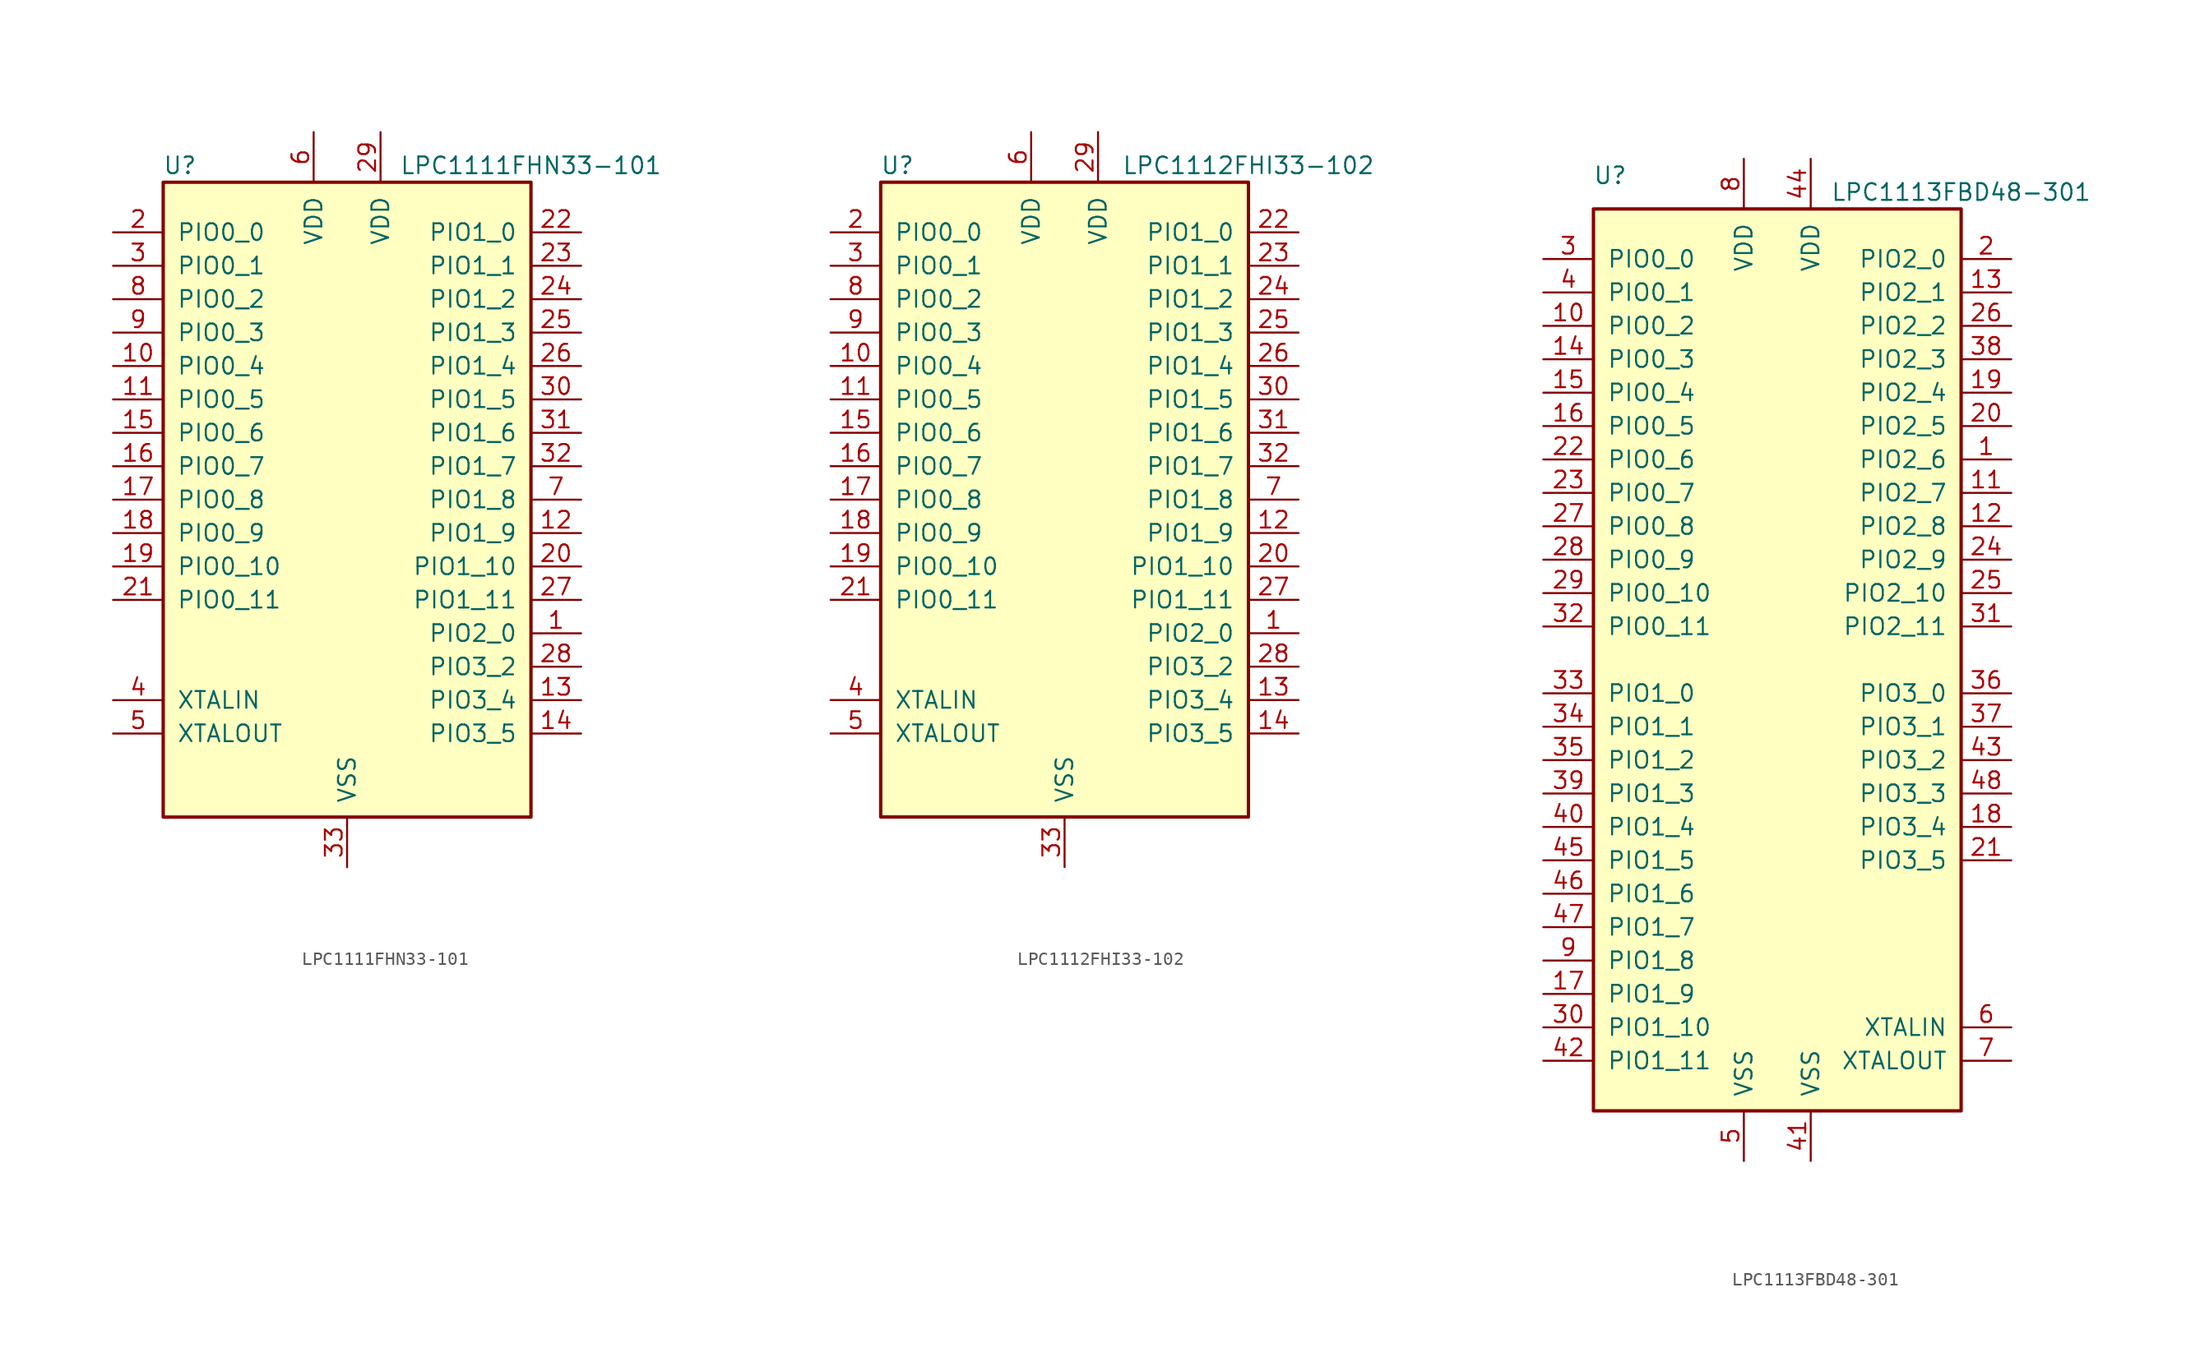
<source format=kicad_sym>
(kicad_symbol_lib
  (version 20211014)
  (generator kicad_symbol_editor)
  (symbol "LPC1111FHN33-101"
    (pin_names
      (offset 1.016))
    (property "Reference" "U"
      (at -12.7 25.4 0)
      (effects (font (size 1.27 1.27))))
    (property "Value" "LPC1111FHN33-101"
      (at 13.97 25.4 0)
      (effects (font (size 1.27 1.27))))
    (symbol "LPC1111FHN33-101_0_1"
      (rectangle (start -13.97 24.13) (end 13.97 -24.13) (stroke (width 0.254) (type default) (color 0 0 0 0)) (fill (type background))))
    (symbol "LPC1111FHN33-101_1_1"
      (pin bidirectional line (at 17.78 -10.16 180) (length 3.81) (name "PIO2_0" (effects (font (size 1.27 1.27)))) (number "1" (effects (font (size 1.27 1.27)))))
      (pin bidirectional line (at -17.78 10.16 0) (length 3.81) (name "PIO0_4" (effects (font (size 1.27 1.27)))) (number "10" (effects (font (size 1.27 1.27)))))
      (pin bidirectional line (at -17.78 7.62 0) (length 3.81) (name "PIO0_5" (effects (font (size 1.27 1.27)))) (number "11" (effects (font (size 1.27 1.27)))))
      (pin bidirectional line (at 17.78 -2.54 180) (length 3.81) (name "PIO1_9" (effects (font (size 1.27 1.27)))) (number "12" (effects (font (size 1.27 1.27)))))
      (pin bidirectional line (at 17.78 -15.24 180) (length 3.81) (name "PIO3_4" (effects (font (size 1.27 1.27)))) (number "13" (effects (font (size 1.27 1.27)))))
      (pin bidirectional line (at 17.78 -17.78 180) (length 3.81) (name "PIO3_5" (effects (font (size 1.27 1.27)))) (number "14" (effects (font (size 1.27 1.27)))))
      (pin bidirectional line (at -17.78 5.08 0) (length 3.81) (name "PIO0_6" (effects (font (size 1.27 1.27)))) (number "15" (effects (font (size 1.27 1.27)))))
      (pin bidirectional line (at -17.78 2.54 0) (length 3.81) (name "PIO0_7" (effects (font (size 1.27 1.27)))) (number "16" (effects (font (size 1.27 1.27)))))
      (pin bidirectional line (at -17.78 0 0) (length 3.81) (name "PIO0_8" (effects (font (size 1.27 1.27)))) (number "17" (effects (font (size 1.27 1.27)))))
      (pin bidirectional line (at -17.78 -2.54 0) (length 3.81) (name "PIO0_9" (effects (font (size 1.27 1.27)))) (number "18" (effects (font (size 1.27 1.27)))))
      (pin bidirectional line (at -17.78 -5.08 0) (length 3.81) (name "PIO0_10" (effects (font (size 1.27 1.27)))) (number "19" (effects (font (size 1.27 1.27)))))
      (pin bidirectional line (at -17.78 20.32 0) (length 3.81) (name "PIO0_0" (effects (font (size 1.27 1.27)))) (number "2" (effects (font (size 1.27 1.27)))))
      (pin bidirectional line (at 17.78 -5.08 180) (length 3.81) (name "PIO1_10" (effects (font (size 1.27 1.27)))) (number "20" (effects (font (size 1.27 1.27)))))
      (pin bidirectional line (at -17.78 -7.62 0) (length 3.81) (name "PIO0_11" (effects (font (size 1.27 1.27)))) (number "21" (effects (font (size 1.27 1.27)))))
      (pin bidirectional line (at 17.78 20.32 180) (length 3.81) (name "PIO1_0" (effects (font (size 1.27 1.27)))) (number "22" (effects (font (size 1.27 1.27)))))
      (pin bidirectional line (at 17.78 17.78 180) (length 3.81) (name "PIO1_1" (effects (font (size 1.27 1.27)))) (number "23" (effects (font (size 1.27 1.27)))))
      (pin bidirectional line (at 17.78 15.24 180) (length 3.81) (name "PIO1_2" (effects (font (size 1.27 1.27)))) (number "24" (effects (font (size 1.27 1.27)))))
      (pin bidirectional line (at 17.78 12.7 180) (length 3.81) (name "PIO1_3" (effects (font (size 1.27 1.27)))) (number "25" (effects (font (size 1.27 1.27)))))
      (pin bidirectional line (at 17.78 10.16 180) (length 3.81) (name "PIO1_4" (effects (font (size 1.27 1.27)))) (number "26" (effects (font (size 1.27 1.27)))))
      (pin bidirectional line (at 17.78 -7.62 180) (length 3.81) (name "PIO1_11" (effects (font (size 1.27 1.27)))) (number "27" (effects (font (size 1.27 1.27)))))
      (pin bidirectional line (at 17.78 -12.7 180) (length 3.81) (name "PIO3_2" (effects (font (size 1.27 1.27)))) (number "28" (effects (font (size 1.27 1.27)))))
      (pin power_in line (at 2.54 27.94 270) (length 3.81) (name "VDD" (effects (font (size 1.27 1.27)))) (number "29" (effects (font (size 1.27 1.27)))))
      (pin bidirectional line (at -17.78 17.78 0) (length 3.81) (name "PIO0_1" (effects (font (size 1.27 1.27)))) (number "3" (effects (font (size 1.27 1.27)))))
      (pin bidirectional line (at 17.78 7.62 180) (length 3.81) (name "PIO1_5" (effects (font (size 1.27 1.27)))) (number "30" (effects (font (size 1.27 1.27)))))
      (pin bidirectional line (at 17.78 5.08 180) (length 3.81) (name "PIO1_6" (effects (font (size 1.27 1.27)))) (number "31" (effects (font (size 1.27 1.27)))))
      (pin bidirectional line (at 17.78 2.54 180) (length 3.81) (name "PIO1_7" (effects (font (size 1.27 1.27)))) (number "32" (effects (font (size 1.27 1.27)))))
      (pin power_in line (at 0 -27.94 90) (length 3.81) (name "VSS" (effects (font (size 1.27 1.27)))) (number "33" (effects (font (size 1.27 1.27)))))
      (pin input line (at -17.78 -15.24 0) (length 3.81) (name "XTALIN" (effects (font (size 1.27 1.27)))) (number "4" (effects (font (size 1.27 1.27)))))
      (pin output line (at -17.78 -17.78 0) (length 3.81) (name "XTALOUT" (effects (font (size 1.27 1.27)))) (number "5" (effects (font (size 1.27 1.27)))))
      (pin power_in line (at -2.54 27.94 270) (length 3.81) (name "VDD" (effects (font (size 1.27 1.27)))) (number "6" (effects (font (size 1.27 1.27)))))
      (pin bidirectional line (at 17.78 0 180) (length 3.81) (name "PIO1_8" (effects (font (size 1.27 1.27)))) (number "7" (effects (font (size 1.27 1.27)))))
      (pin bidirectional line (at -17.78 15.24 0) (length 3.81) (name "PIO0_2" (effects (font (size 1.27 1.27)))) (number "8" (effects (font (size 1.27 1.27)))))
      (pin bidirectional line (at -17.78 12.7 0) (length 3.81) (name "PIO0_3" (effects (font (size 1.27 1.27)))) (number "9" (effects (font (size 1.27 1.27)))))))
  (symbol "LPC1112FHI33-102"
    (pin_names
      (offset 1.016))
    (property "Reference" "U"
      (at -12.7 25.4 0)
      (effects (font (size 1.27 1.27))))
    (property "Value" "LPC1112FHI33-102"
      (at 13.97 25.4 0)
      (effects (font (size 1.27 1.27))))
    (symbol "LPC1112FHI33-102_0_1"
      (rectangle (start -13.97 24.13) (end 13.97 -24.13) (stroke (width 0.254) (type default) (color 0 0 0 0)) (fill (type background))))
    (symbol "LPC1112FHI33-102_1_1"
      (pin bidirectional line (at 17.78 -10.16 180) (length 3.81) (name "PIO2_0" (effects (font (size 1.27 1.27)))) (number "1" (effects (font (size 1.27 1.27)))))
      (pin bidirectional line (at -17.78 10.16 0) (length 3.81) (name "PIO0_4" (effects (font (size 1.27 1.27)))) (number "10" (effects (font (size 1.27 1.27)))))
      (pin bidirectional line (at -17.78 7.62 0) (length 3.81) (name "PIO0_5" (effects (font (size 1.27 1.27)))) (number "11" (effects (font (size 1.27 1.27)))))
      (pin bidirectional line (at 17.78 -2.54 180) (length 3.81) (name "PIO1_9" (effects (font (size 1.27 1.27)))) (number "12" (effects (font (size 1.27 1.27)))))
      (pin bidirectional line (at 17.78 -15.24 180) (length 3.81) (name "PIO3_4" (effects (font (size 1.27 1.27)))) (number "13" (effects (font (size 1.27 1.27)))))
      (pin bidirectional line (at 17.78 -17.78 180) (length 3.81) (name "PIO3_5" (effects (font (size 1.27 1.27)))) (number "14" (effects (font (size 1.27 1.27)))))
      (pin bidirectional line (at -17.78 5.08 0) (length 3.81) (name "PIO0_6" (effects (font (size 1.27 1.27)))) (number "15" (effects (font (size 1.27 1.27)))))
      (pin bidirectional line (at -17.78 2.54 0) (length 3.81) (name "PIO0_7" (effects (font (size 1.27 1.27)))) (number "16" (effects (font (size 1.27 1.27)))))
      (pin bidirectional line (at -17.78 0 0) (length 3.81) (name "PIO0_8" (effects (font (size 1.27 1.27)))) (number "17" (effects (font (size 1.27 1.27)))))
      (pin bidirectional line (at -17.78 -2.54 0) (length 3.81) (name "PIO0_9" (effects (font (size 1.27 1.27)))) (number "18" (effects (font (size 1.27 1.27)))))
      (pin bidirectional line (at -17.78 -5.08 0) (length 3.81) (name "PIO0_10" (effects (font (size 1.27 1.27)))) (number "19" (effects (font (size 1.27 1.27)))))
      (pin bidirectional line (at -17.78 20.32 0) (length 3.81) (name "PIO0_0" (effects (font (size 1.27 1.27)))) (number "2" (effects (font (size 1.27 1.27)))))
      (pin bidirectional line (at 17.78 -5.08 180) (length 3.81) (name "PIO1_10" (effects (font (size 1.27 1.27)))) (number "20" (effects (font (size 1.27 1.27)))))
      (pin bidirectional line (at -17.78 -7.62 0) (length 3.81) (name "PIO0_11" (effects (font (size 1.27 1.27)))) (number "21" (effects (font (size 1.27 1.27)))))
      (pin bidirectional line (at 17.78 20.32 180) (length 3.81) (name "PIO1_0" (effects (font (size 1.27 1.27)))) (number "22" (effects (font (size 1.27 1.27)))))
      (pin bidirectional line (at 17.78 17.78 180) (length 3.81) (name "PIO1_1" (effects (font (size 1.27 1.27)))) (number "23" (effects (font (size 1.27 1.27)))))
      (pin bidirectional line (at 17.78 15.24 180) (length 3.81) (name "PIO1_2" (effects (font (size 1.27 1.27)))) (number "24" (effects (font (size 1.27 1.27)))))
      (pin bidirectional line (at 17.78 12.7 180) (length 3.81) (name "PIO1_3" (effects (font (size 1.27 1.27)))) (number "25" (effects (font (size 1.27 1.27)))))
      (pin bidirectional line (at 17.78 10.16 180) (length 3.81) (name "PIO1_4" (effects (font (size 1.27 1.27)))) (number "26" (effects (font (size 1.27 1.27)))))
      (pin bidirectional line (at 17.78 -7.62 180) (length 3.81) (name "PIO1_11" (effects (font (size 1.27 1.27)))) (number "27" (effects (font (size 1.27 1.27)))))
      (pin bidirectional line (at 17.78 -12.7 180) (length 3.81) (name "PIO3_2" (effects (font (size 1.27 1.27)))) (number "28" (effects (font (size 1.27 1.27)))))
      (pin power_in line (at 2.54 27.94 270) (length 3.81) (name "VDD" (effects (font (size 1.27 1.27)))) (number "29" (effects (font (size 1.27 1.27)))))
      (pin bidirectional line (at -17.78 17.78 0) (length 3.81) (name "PIO0_1" (effects (font (size 1.27 1.27)))) (number "3" (effects (font (size 1.27 1.27)))))
      (pin bidirectional line (at 17.78 7.62 180) (length 3.81) (name "PIO1_5" (effects (font (size 1.27 1.27)))) (number "30" (effects (font (size 1.27 1.27)))))
      (pin bidirectional line (at 17.78 5.08 180) (length 3.81) (name "PIO1_6" (effects (font (size 1.27 1.27)))) (number "31" (effects (font (size 1.27 1.27)))))
      (pin bidirectional line (at 17.78 2.54 180) (length 3.81) (name "PIO1_7" (effects (font (size 1.27 1.27)))) (number "32" (effects (font (size 1.27 1.27)))))
      (pin power_in line (at 0 -27.94 90) (length 3.81) (name "VSS" (effects (font (size 1.27 1.27)))) (number "33" (effects (font (size 1.27 1.27)))))
      (pin input line (at -17.78 -15.24 0) (length 3.81) (name "XTALIN" (effects (font (size 1.27 1.27)))) (number "4" (effects (font (size 1.27 1.27)))))
      (pin output line (at -17.78 -17.78 0) (length 3.81) (name "XTALOUT" (effects (font (size 1.27 1.27)))) (number "5" (effects (font (size 1.27 1.27)))))
      (pin power_in line (at -2.54 27.94 270) (length 3.81) (name "VDD" (effects (font (size 1.27 1.27)))) (number "6" (effects (font (size 1.27 1.27)))))
      (pin bidirectional line (at 17.78 0 180) (length 3.81) (name "PIO1_8" (effects (font (size 1.27 1.27)))) (number "7" (effects (font (size 1.27 1.27)))))
      (pin bidirectional line (at -17.78 15.24 0) (length 3.81) (name "PIO0_2" (effects (font (size 1.27 1.27)))) (number "8" (effects (font (size 1.27 1.27)))))
      (pin bidirectional line (at -17.78 12.7 0) (length 3.81) (name "PIO0_3" (effects (font (size 1.27 1.27)))) (number "9" (effects (font (size 1.27 1.27)))))))
  (symbol "LPC1113FBD48-301"
    (pin_names
      (offset 1.016))
    (property "Reference" "U"
      (at -12.7 36.83 0)
      (effects (font (size 1.27 1.27))))
    (property "Value" "LPC1113FBD48-301"
      (at 13.97 35.56 0)
      (effects (font (size 1.27 1.27))))
    (symbol "LPC1113FBD48-301_0_1"
      (rectangle (start -13.97 34.29) (end 13.97 -34.29) (stroke (width 0.254) (type default) (color 0 0 0 0)) (fill (type background))))
    (symbol "LPC1113FBD48-301_1_1"
      (pin bidirectional line (at 17.78 15.24 180) (length 3.81) (name "PIO2_6" (effects (font (size 1.27 1.27)))) (number "1" (effects (font (size 1.27 1.27)))))
      (pin bidirectional line (at -17.78 25.4 0) (length 3.81) (name "PIO0_2" (effects (font (size 1.27 1.27)))) (number "10" (effects (font (size 1.27 1.27)))))
      (pin bidirectional line (at 17.78 12.7 180) (length 3.81) (name "PIO2_7" (effects (font (size 1.27 1.27)))) (number "11" (effects (font (size 1.27 1.27)))))
      (pin bidirectional line (at 17.78 10.16 180) (length 3.81) (name "PIO2_8" (effects (font (size 1.27 1.27)))) (number "12" (effects (font (size 1.27 1.27)))))
      (pin bidirectional line (at 17.78 27.94 180) (length 3.81) (name "PIO2_1" (effects (font (size 1.27 1.27)))) (number "13" (effects (font (size 1.27 1.27)))))
      (pin bidirectional line (at -17.78 22.86 0) (length 3.81) (name "PIO0_3" (effects (font (size 1.27 1.27)))) (number "14" (effects (font (size 1.27 1.27)))))
      (pin bidirectional line (at -17.78 20.32 0) (length 3.81) (name "PIO0_4" (effects (font (size 1.27 1.27)))) (number "15" (effects (font (size 1.27 1.27)))))
      (pin bidirectional line (at -17.78 17.78 0) (length 3.81) (name "PIO0_5" (effects (font (size 1.27 1.27)))) (number "16" (effects (font (size 1.27 1.27)))))
      (pin bidirectional line (at -17.78 -25.4 0) (length 3.81) (name "PIO1_9" (effects (font (size 1.27 1.27)))) (number "17" (effects (font (size 1.27 1.27)))))
      (pin bidirectional line (at 17.78 -12.7 180) (length 3.81) (name "PIO3_4" (effects (font (size 1.27 1.27)))) (number "18" (effects (font (size 1.27 1.27)))))
      (pin bidirectional line (at 17.78 20.32 180) (length 3.81) (name "PIO2_4" (effects (font (size 1.27 1.27)))) (number "19" (effects (font (size 1.27 1.27)))))
      (pin bidirectional line (at 17.78 30.48 180) (length 3.81) (name "PIO2_0" (effects (font (size 1.27 1.27)))) (number "2" (effects (font (size 1.27 1.27)))))
      (pin bidirectional line (at 17.78 17.78 180) (length 3.81) (name "PIO2_5" (effects (font (size 1.27 1.27)))) (number "20" (effects (font (size 1.27 1.27)))))
      (pin bidirectional line (at 17.78 -15.24 180) (length 3.81) (name "PIO3_5" (effects (font (size 1.27 1.27)))) (number "21" (effects (font (size 1.27 1.27)))))
      (pin bidirectional line (at -17.78 15.24 0) (length 3.81) (name "PIO0_6" (effects (font (size 1.27 1.27)))) (number "22" (effects (font (size 1.27 1.27)))))
      (pin bidirectional line (at -17.78 12.7 0) (length 3.81) (name "PIO0_7" (effects (font (size 1.27 1.27)))) (number "23" (effects (font (size 1.27 1.27)))))
      (pin bidirectional line (at 17.78 7.62 180) (length 3.81) (name "PIO2_9" (effects (font (size 1.27 1.27)))) (number "24" (effects (font (size 1.27 1.27)))))
      (pin bidirectional line (at 17.78 5.08 180) (length 3.81) (name "PIO2_10" (effects (font (size 1.27 1.27)))) (number "25" (effects (font (size 1.27 1.27)))))
      (pin bidirectional line (at 17.78 25.4 180) (length 3.81) (name "PIO2_2" (effects (font (size 1.27 1.27)))) (number "26" (effects (font (size 1.27 1.27)))))
      (pin bidirectional line (at -17.78 10.16 0) (length 3.81) (name "PIO0_8" (effects (font (size 1.27 1.27)))) (number "27" (effects (font (size 1.27 1.27)))))
      (pin bidirectional line (at -17.78 7.62 0) (length 3.81) (name "PIO0_9" (effects (font (size 1.27 1.27)))) (number "28" (effects (font (size 1.27 1.27)))))
      (pin bidirectional line (at -17.78 5.08 0) (length 3.81) (name "PIO0_10" (effects (font (size 1.27 1.27)))) (number "29" (effects (font (size 1.27 1.27)))))
      (pin bidirectional line (at -17.78 30.48 0) (length 3.81) (name "PIO0_0" (effects (font (size 1.27 1.27)))) (number "3" (effects (font (size 1.27 1.27)))))
      (pin bidirectional line (at -17.78 -27.94 0) (length 3.81) (name "PIO1_10" (effects (font (size 1.27 1.27)))) (number "30" (effects (font (size 1.27 1.27)))))
      (pin bidirectional line (at 17.78 2.54 180) (length 3.81) (name "PIO2_11" (effects (font (size 1.27 1.27)))) (number "31" (effects (font (size 1.27 1.27)))))
      (pin bidirectional line (at -17.78 2.54 0) (length 3.81) (name "PIO0_11" (effects (font (size 1.27 1.27)))) (number "32" (effects (font (size 1.27 1.27)))))
      (pin bidirectional line (at -17.78 -2.54 0) (length 3.81) (name "PIO1_0" (effects (font (size 1.27 1.27)))) (number "33" (effects (font (size 1.27 1.27)))))
      (pin bidirectional line (at -17.78 -5.08 0) (length 3.81) (name "PIO1_1" (effects (font (size 1.27 1.27)))) (number "34" (effects (font (size 1.27 1.27)))))
      (pin bidirectional line (at -17.78 -7.62 0) (length 3.81) (name "PIO1_2" (effects (font (size 1.27 1.27)))) (number "35" (effects (font (size 1.27 1.27)))))
      (pin bidirectional line (at 17.78 -2.54 180) (length 3.81) (name "PIO3_0" (effects (font (size 1.27 1.27)))) (number "36" (effects (font (size 1.27 1.27)))))
      (pin bidirectional line (at 17.78 -5.08 180) (length 3.81) (name "PIO3_1" (effects (font (size 1.27 1.27)))) (number "37" (effects (font (size 1.27 1.27)))))
      (pin bidirectional line (at 17.78 22.86 180) (length 3.81) (name "PIO2_3" (effects (font (size 1.27 1.27)))) (number "38" (effects (font (size 1.27 1.27)))))
      (pin bidirectional line (at -17.78 -10.16 0) (length 3.81) (name "PIO1_3" (effects (font (size 1.27 1.27)))) (number "39" (effects (font (size 1.27 1.27)))))
      (pin bidirectional line (at -17.78 27.94 0) (length 3.81) (name "PIO0_1" (effects (font (size 1.27 1.27)))) (number "4" (effects (font (size 1.27 1.27)))))
      (pin bidirectional line (at -17.78 -12.7 0) (length 3.81) (name "PIO1_4" (effects (font (size 1.27 1.27)))) (number "40" (effects (font (size 1.27 1.27)))))
      (pin power_in line (at 2.54 -38.1 90) (length 3.81) (name "VSS" (effects (font (size 1.27 1.27)))) (number "41" (effects (font (size 1.27 1.27)))))
      (pin bidirectional line (at -17.78 -30.48 0) (length 3.81) (name "PIO1_11" (effects (font (size 1.27 1.27)))) (number "42" (effects (font (size 1.27 1.27)))))
      (pin bidirectional line (at 17.78 -7.62 180) (length 3.81) (name "PIO3_2" (effects (font (size 1.27 1.27)))) (number "43" (effects (font (size 1.27 1.27)))))
      (pin power_in line (at 2.54 38.1 270) (length 3.81) (name "VDD" (effects (font (size 1.27 1.27)))) (number "44" (effects (font (size 1.27 1.27)))))
      (pin bidirectional line (at -17.78 -15.24 0) (length 3.81) (name "PIO1_5" (effects (font (size 1.27 1.27)))) (number "45" (effects (font (size 1.27 1.27)))))
      (pin bidirectional line (at -17.78 -17.78 0) (length 3.81) (name "PIO1_6" (effects (font (size 1.27 1.27)))) (number "46" (effects (font (size 1.27 1.27)))))
      (pin bidirectional line (at -17.78 -20.32 0) (length 3.81) (name "PIO1_7" (effects (font (size 1.27 1.27)))) (number "47" (effects (font (size 1.27 1.27)))))
      (pin bidirectional line (at 17.78 -10.16 180) (length 3.81) (name "PIO3_3" (effects (font (size 1.27 1.27)))) (number "48" (effects (font (size 1.27 1.27)))))
      (pin power_in line (at -2.54 -38.1 90) (length 3.81) (name "VSS" (effects (font (size 1.27 1.27)))) (number "5" (effects (font (size 1.27 1.27)))))
      (pin input line (at 17.78 -27.94 180) (length 3.81) (name "XTALIN" (effects (font (size 1.27 1.27)))) (number "6" (effects (font (size 1.27 1.27)))))
      (pin output line (at 17.78 -30.48 180) (length 3.81) (name "XTALOUT" (effects (font (size 1.27 1.27)))) (number "7" (effects (font (size 1.27 1.27)))))
      (pin power_in line (at -2.54 38.1 270) (length 3.81) (name "VDD" (effects (font (size 1.27 1.27)))) (number "8" (effects (font (size 1.27 1.27)))))
      (pin bidirectional line (at -17.78 -22.86 0) (length 3.81) (name "PIO1_8" (effects (font (size 1.27 1.27)))) (number "9" (effects (font (size 1.27 1.27))))))))
</source>
